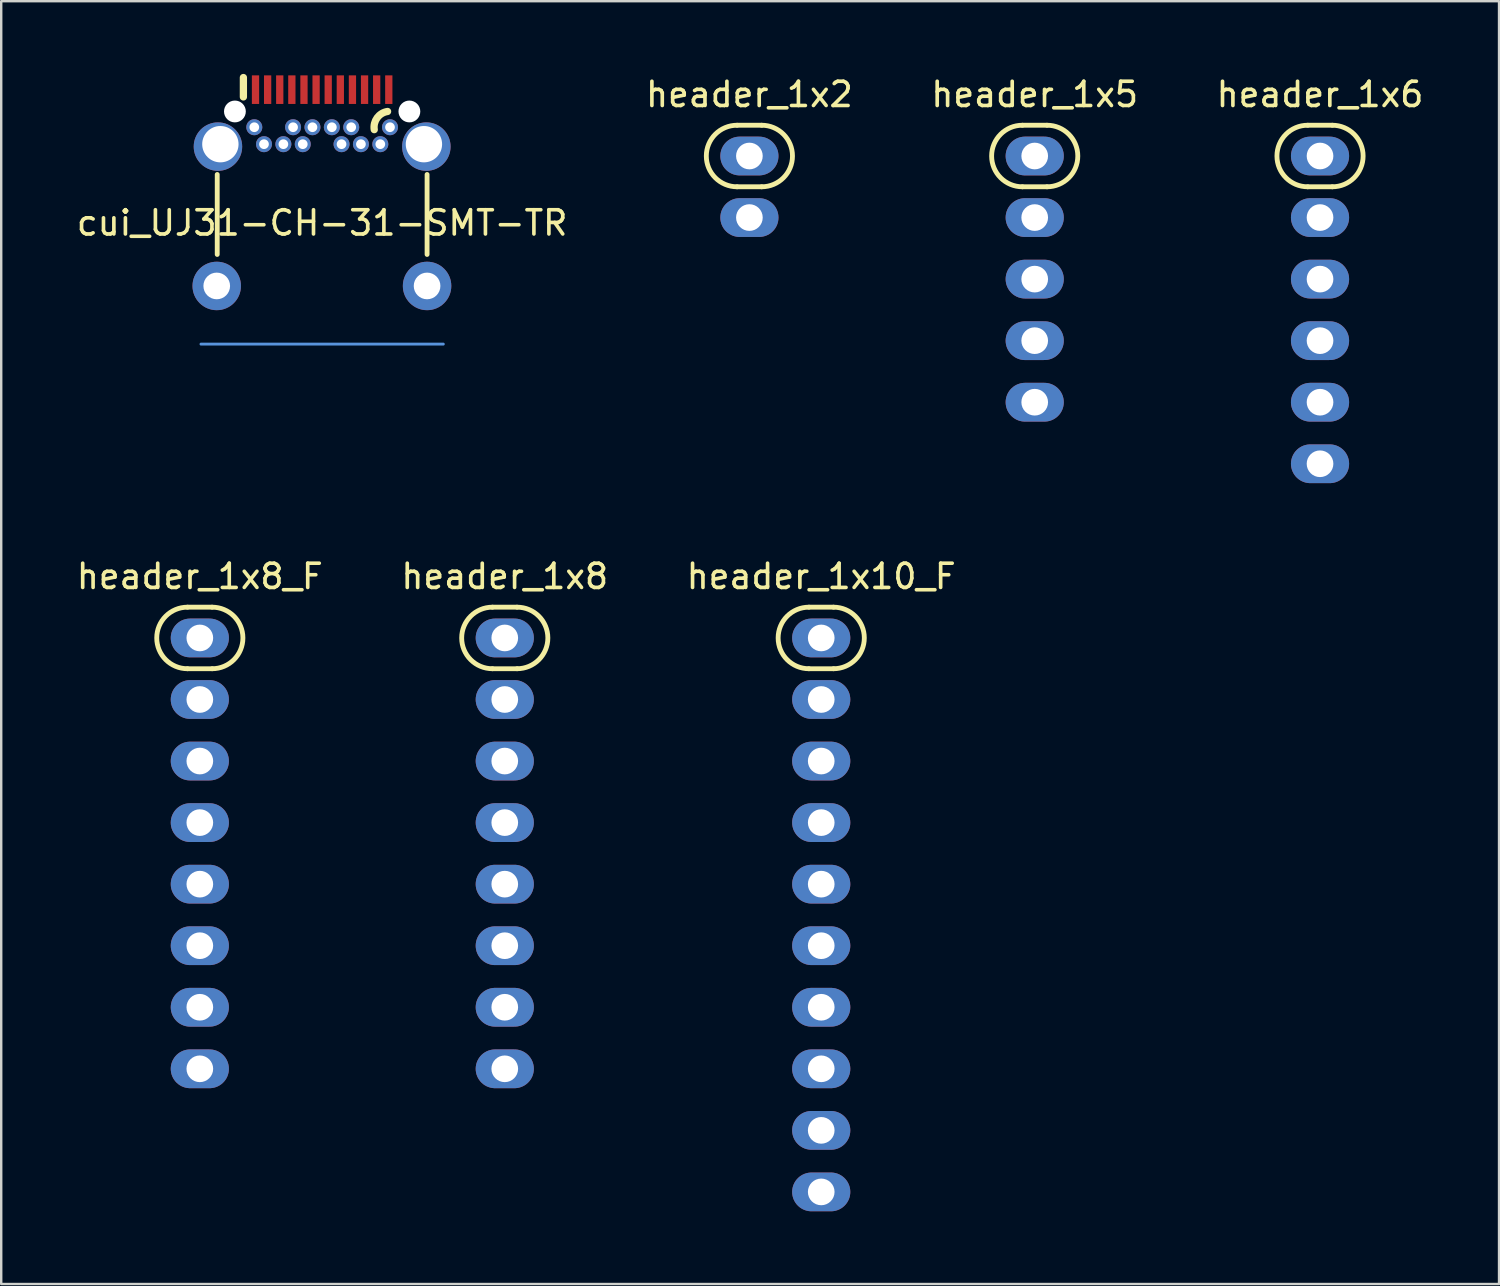
<source format=kicad_pcb>
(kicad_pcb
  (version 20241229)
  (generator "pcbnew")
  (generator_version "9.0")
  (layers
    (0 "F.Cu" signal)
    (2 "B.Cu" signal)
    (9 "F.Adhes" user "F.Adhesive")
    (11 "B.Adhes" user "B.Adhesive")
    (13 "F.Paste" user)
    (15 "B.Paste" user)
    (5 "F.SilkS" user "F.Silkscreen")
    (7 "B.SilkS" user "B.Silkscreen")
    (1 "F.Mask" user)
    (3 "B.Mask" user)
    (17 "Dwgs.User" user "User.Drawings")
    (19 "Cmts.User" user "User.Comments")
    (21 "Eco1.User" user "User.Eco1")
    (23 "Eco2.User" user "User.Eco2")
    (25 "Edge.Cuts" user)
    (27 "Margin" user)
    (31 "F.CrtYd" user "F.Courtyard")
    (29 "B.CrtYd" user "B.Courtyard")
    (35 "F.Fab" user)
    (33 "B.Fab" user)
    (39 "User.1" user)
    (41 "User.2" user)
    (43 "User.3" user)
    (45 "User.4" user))
  (footprint "header_1x8_F"
    (layer "F.Cu")
    (at 5.196 32.166)
    (property "Reference" "header_1x8_F" (at 0 -11.43 0) (layer "F.SilkS") (effects (font (size 1 1) (thickness 0.15))))
    (attr through_hole)
    (fp_line (start -0.508 -10.16) (end 0.508 -10.16) (stroke (width 0.2) (type solid)) (layer "F.SilkS"))
    (fp_line (start 0.508 -7.62) (end -0.508 -7.62) (stroke (width 0.2) (type solid)) (layer "F.SilkS"))
    (fp_arc (start -0.508 -7.62) (mid -1.778 -8.89) (end -0.508 -10.16) (stroke (width 0.2) (type solid)) (layer "F.SilkS"))
    (fp_arc (start 0.508 -10.16) (mid 1.778 -8.89) (end 0.508 -7.62) (stroke (width 0.2) (type solid)) (layer "F.SilkS"))
    (pad "1" thru_hole oval (at 0 -8.89) (size 2.4 1.6) (drill 1.1) (layers "*.Cu" "*.Mask"))
    (pad "2" thru_hole oval (at 0 -6.35) (size 2.4 1.6) (drill 1.1) (layers "*.Cu" "*.Mask"))
    (pad "3" thru_hole oval (at 0 -3.81) (size 2.4 1.6) (drill 1.1) (layers "*.Cu" "*.Mask"))
    (pad "4" thru_hole oval (at 0 -1.27) (size 2.4 1.6) (drill 1.1) (layers "*.Cu" "*.Mask"))
    (pad "5" thru_hole oval (at 0 1.27) (size 2.4 1.6) (drill 1.1) (layers "*.Cu" "*.Mask"))
    (pad "6" thru_hole oval (at 0 3.81) (size 2.4 1.6) (drill 1.1) (layers "*.Cu" "*.Mask"))
    (pad "7" thru_hole oval (at 0 6.35) (size 2.4 1.6) (drill 1.1) (layers "*.Cu" "*.Mask"))
    (pad "8" thru_hole oval (at 0 8.89) (size 2.4 1.6) (drill 1.1) (layers "*.Cu" "*.Mask")))
  (footprint "header_1x2"
    (layer "F.Cu")
    (at 27.875 4.658)
    (property "Reference" "header_1x2" (at 0 -3.81 0) (layer "F.SilkS") (effects (font (size 1 1) (thickness 0.15))))
    (attr through_hole)
    (fp_line (start -0.508 -2.54) (end 0.508 -2.54) (stroke (width 0.2) (type solid)) (layer "F.SilkS"))
    (fp_line (start 0.508 0) (end -0.508 0) (stroke (width 0.2) (type solid)) (layer "F.SilkS"))
    (fp_arc (start -0.508 0) (mid -1.778 -1.27) (end -0.508 -2.54) (stroke (width 0.2) (type solid)) (layer "F.SilkS"))
    (fp_arc (start 0.508 -2.54) (mid 1.778 -1.27) (end 0.508 0) (stroke (width 0.2) (type solid)) (layer "F.SilkS"))
    (pad "1" thru_hole oval (at 0 -1.27) (size 2.4 1.6) (drill 1.1) (layers "*.Cu" "*.Mask"))
    (pad "2" thru_hole oval (at 0 1.27) (size 2.4 1.6) (drill 1.1) (layers "*.Cu" "*.Mask")))
  (footprint "header_1x5"
    (layer "F.Cu")
    (at 39.649 8.468)
    (property "Reference" "header_1x5" (at 0 -7.62 0) (layer "F.SilkS") (effects (font (size 1 1) (thickness 0.15))))
    (attr through_hole)
    (fp_line (start -0.508 -6.35) (end 0.508 -6.35) (stroke (width 0.2) (type solid)) (layer "F.SilkS"))
    (fp_line (start 0.508 -3.81) (end -0.508 -3.81) (stroke (width 0.2) (type solid)) (layer "F.SilkS"))
    (fp_arc (start -0.508 -3.81) (mid -1.778 -5.08) (end -0.508 -6.35) (stroke (width 0.2) (type solid)) (layer "F.SilkS"))
    (fp_arc (start 0.508 -6.35) (mid 1.778 -5.08) (end 0.508 -3.81) (stroke (width 0.2) (type solid)) (layer "F.SilkS"))
    (pad "1" thru_hole oval (at 0 -5.08) (size 2.4 1.6) (drill 1.1) (layers "*.Cu" "*.Mask"))
    (pad "2" thru_hole oval (at 0 -2.54) (size 2.4 1.6) (drill 1.1) (layers "*.Cu" "*.Mask"))
    (pad "3" thru_hole oval (at 0 0) (size 2.4 1.6) (drill 1.1) (layers "*.Cu" "*.Mask"))
    (pad "4" thru_hole oval (at 0 2.54) (size 2.4 1.6) (drill 1.1) (layers "*.Cu" "*.Mask"))
    (pad "5" thru_hole oval (at 0 5.08) (size 2.4 1.6) (drill 1.1) (layers "*.Cu" "*.Mask")))
  (footprint "header_1x10_F"
    (layer "F.Cu")
    (at 30.839 34.706)
    (property "Reference" "header_1x10_F" (at 0 -13.97 0) (layer "F.SilkS") (effects (font (size 1 1) (thickness 0.15))))
    (attr through_hole)
    (fp_line (start -0.508 -12.7) (end 0.508 -12.7) (stroke (width 0.2) (type solid)) (layer "F.SilkS"))
    (fp_line (start 0.508 -10.16) (end -0.508 -10.16) (stroke (width 0.2) (type solid)) (layer "F.SilkS"))
    (fp_arc (start -0.508 -10.16) (mid -1.778 -11.43) (end -0.508 -12.7) (stroke (width 0.2) (type solid)) (layer "F.SilkS"))
    (fp_arc (start 0.508 -12.7) (mid 1.778 -11.43) (end 0.508 -10.16) (stroke (width 0.2) (type solid)) (layer "F.SilkS"))
    (pad "1" thru_hole oval (at 0 -11.43) (size 2.4 1.6) (drill 1.1) (layers "*.Cu" "*.Mask"))
    (pad "2" thru_hole oval (at 0 -8.89) (size 2.4 1.6) (drill 1.1) (layers "*.Cu" "*.Mask"))
    (pad "3" thru_hole oval (at 0 -6.35) (size 2.4 1.6) (drill 1.1) (layers "*.Cu" "*.Mask"))
    (pad "4" thru_hole oval (at 0 -3.81) (size 2.4 1.6) (drill 1.1) (layers "*.Cu" "*.Mask"))
    (pad "5" thru_hole oval (at 0 -1.27) (size 2.4 1.6) (drill 1.1) (layers "*.Cu" "*.Mask"))
    (pad "6" thru_hole oval (at 0 1.27) (size 2.4 1.6) (drill 1.1) (layers "*.Cu" "*.Mask"))
    (pad "7" thru_hole oval (at 0 3.81) (size 2.4 1.6) (drill 1.1) (layers "*.Cu" "*.Mask"))
    (pad "8" thru_hole oval (at 0 6.35) (size 2.4 1.6) (drill 1.1) (layers "*.Cu" "*.Mask"))
    (pad "9" thru_hole oval (at 0 8.89) (size 2.4 1.6) (drill 1.1) (layers "*.Cu" "*.Mask"))
    (pad "10" thru_hole oval (at 0 11.43) (size 2.4 1.6) (drill 1.1) (layers "*.Cu" "*.Mask")))
  (footprint "header_1x6"
    (layer "F.Cu")
    (at 51.423 9.738)
    (property "Reference" "header_1x6" (at 0 -8.89 0) (layer "F.SilkS") (effects (font (size 1 1) (thickness 0.15))))
    (attr through_hole)
    (fp_line (start -0.508 -7.62) (end 0.508 -7.62) (stroke (width 0.2) (type solid)) (layer "F.SilkS"))
    (fp_line (start 0.508 -5.08) (end -0.508 -5.08) (stroke (width 0.2) (type solid)) (layer "F.SilkS"))
    (fp_arc (start -0.508 -5.08) (mid -1.778 -6.35) (end -0.508 -7.62) (stroke (width 0.2) (type solid)) (layer "F.SilkS"))
    (fp_arc (start 0.508 -7.62) (mid 1.778 -6.35) (end 0.508 -5.08) (stroke (width 0.2) (type solid)) (layer "F.SilkS"))
    (pad "1" thru_hole oval (at 0 -6.35) (size 2.4 1.6) (drill 1.1) (layers "*.Cu" "*.Mask"))
    (pad "2" thru_hole oval (at 0 -3.81) (size 2.4 1.6) (drill 1.1) (layers "*.Cu" "*.Mask"))
    (pad "3" thru_hole oval (at 0 -1.27) (size 2.4 1.6) (drill 1.1) (layers "*.Cu" "*.Mask"))
    (pad "4" thru_hole oval (at 0 1.27) (size 2.4 1.6) (drill 1.1) (layers "*.Cu" "*.Mask"))
    (pad "5" thru_hole oval (at 0 3.81) (size 2.4 1.6) (drill 1.1) (layers "*.Cu" "*.Mask"))
    (pad "6" thru_hole oval (at 0 6.35) (size 2.4 1.6) (drill 1.1) (layers "*.Cu" "*.Mask")))
  (footprint "cui_UJ31-CH-31-SMT-TR"
    (layer "F.Cu")
    (at 10.244 11.15)
    (property "Reference" "cui_UJ31-CH-31-SMT-TR" (at 0 -5 0) (layer "F.SilkS") (effects (font (size 1 1) (thickness 0.15))))
    (attr through_hole)
    (fp_line (start -4.33 -7) (end -4.33 -3.7) (stroke (width 0.2) (type solid)) (layer "F.SilkS"))
    (fp_line (start -3.25 -11) (end -3.25 -10.2) (stroke (width 0.3) (type solid)) (layer "F.SilkS"))
    (fp_line (start 4.33 -7) (end 4.33 -3.7) (stroke (width 0.2) (type solid)) (layer "F.SilkS"))
    (fp_arc (start 2.15 -8.85) (mid 2.26967 -9.338909) (end 2.7 -9.6) (stroke (width 0.3) (type solid)) (layer "F.SilkS"))
    (fp_line (start -5 0) (end 5 0) (stroke (width 0.12) (type solid)) (layer "Cmts.User"))
    (pad "" np_thru_hole circle (at -3.6 -9.6) (size 0.9 0.9) (drill 0.9) (layers "*.Cu" "*.Mask"))
    (pad "" np_thru_hole circle (at 3.6 -9.6) (size 0.9 0.9) (drill 0.9) (layers "*.Cu" "*.Mask"))
    (pad "A1" smd rect (at -2.75 -10.5) (size 0.3 1.18) (layers "F.Cu" "F.Mask" "F.Paste"))
    (pad "A2" smd rect (at -2.25 -10.5) (size 0.3 1.18) (layers "F.Cu" "F.Mask" "F.Paste"))
    (pad "A3" smd rect (at -1.75 -10.5) (size 0.3 1.18) (layers "F.Cu" "F.Mask" "F.Paste"))
    (pad "A4" smd rect (at -1.25 -10.5) (size 0.3 1.18) (layers "F.Cu" "F.Mask" "F.Paste"))
    (pad "A5" smd rect (at -0.75 -10.5) (size 0.3 1.18) (layers "F.Cu" "F.Mask" "F.Paste"))
    (pad "A6" smd rect (at -0.25 -10.5) (size 0.3 1.18) (layers "F.Cu" "F.Mask" "F.Paste"))
    (pad "A7" smd rect (at 0.25 -10.5) (size 0.3 1.18) (layers "F.Cu" "F.Mask" "F.Paste"))
    (pad "A8" smd rect (at 0.75 -10.5) (size 0.3 1.18) (layers "F.Cu" "F.Mask" "F.Paste"))
    (pad "A9" smd rect (at 1.25 -10.5) (size 0.3 1.18) (layers "F.Cu" "F.Mask" "F.Paste"))
    (pad "A10" smd rect (at 1.75 -10.5) (size 0.3 1.18) (layers "F.Cu" "F.Mask" "F.Paste"))
    (pad "A11" smd rect (at 2.25 -10.5) (size 0.3 1.18) (layers "F.Cu" "F.Mask" "F.Paste"))
    (pad "A12" smd rect (at 2.75 -10.5) (size 0.3 1.18) (layers "F.Cu" "F.Mask" "F.Paste"))
    (pad "B1" thru_hole circle (at 2.8 -8.95) (size 0.66 0.66) (drill 0.4) (layers "*.Cu" "*.Mask"))
    (pad "B2" thru_hole circle (at 2.4 -8.25) (size 0.66 0.66) (drill 0.4) (layers "*.Cu" "*.Mask"))
    (pad "B3" thru_hole circle (at 1.6 -8.25) (size 0.66 0.66) (drill 0.4) (layers "*.Cu" "*.Mask"))
    (pad "B4" thru_hole circle (at 1.2 -8.95) (size 0.66 0.66) (drill 0.4) (layers "*.Cu" "*.Mask"))
    (pad "B5" thru_hole circle (at 0.8 -8.25) (size 0.66 0.66) (drill 0.4) (layers "*.Cu" "*.Mask"))
    (pad "B6" thru_hole circle (at 0.4 -8.95) (size 0.66 0.66) (drill 0.4) (layers "*.Cu" "*.Mask"))
    (pad "B7" thru_hole circle (at -0.4 -8.95) (size 0.66 0.66) (drill 0.4) (layers "*.Cu" "*.Mask"))
    (pad "B8" thru_hole circle (at -0.8 -8.25) (size 0.66 0.66) (drill 0.4) (layers "*.Cu" "*.Mask"))
    (pad "B9" thru_hole circle (at -1.2 -8.95) (size 0.66 0.66) (drill 0.4) (layers "*.Cu" "*.Mask"))
    (pad "B10" thru_hole circle (at -1.6 -8.25) (size 0.66 0.66) (drill 0.4) (layers "*.Cu" "*.Mask"))
    (pad "B11" thru_hole circle (at -2.4 -8.25) (size 0.66 0.66) (drill 0.4) (layers "*.Cu" "*.Mask"))
    (pad "B12" thru_hole circle (at -2.8 -8.95) (size 0.66 0.66) (drill 0.4) (layers "*.Cu" "*.Mask"))
    (pad "S" thru_hole oval (at -4.35 -2.4) (size 2 2) (drill 1.1) (layers "*.Cu" "*.Mask"))
    (pad "S" thru_hole oval (at -4.2 -8.25) (size 2 2) (drill 1.5 (offset -0.1 0.1)) (layers "*.Cu" "*.Mask"))
    (pad "S" thru_hole oval (at 4.2 -8.25) (size 2 2) (drill 1.5 (offset 0.1 0.1)) (layers "*.Cu" "*.Mask"))
    (pad "S" thru_hole oval (at 4.33 -2.4) (size 2 2) (drill 1.1) (layers "*.Cu" "*.Mask")))
  (footprint "header_1x8"
    (layer "F.Cu")
    (at 17.78 32.166)
    (property "Reference" "header_1x8" (at 0 -11.43 0) (layer "F.SilkS") (effects (font (size 1 1) (thickness 0.15))))
    (attr through_hole)
    (fp_line (start -0.508 -10.16) (end 0.508 -10.16) (stroke (width 0.2) (type solid)) (layer "F.SilkS"))
    (fp_line (start 0.508 -7.62) (end -0.508 -7.62) (stroke (width 0.2) (type solid)) (layer "F.SilkS"))
    (fp_arc (start -0.508 -7.62) (mid -1.778 -8.89) (end -0.508 -10.16) (stroke (width 0.2) (type solid)) (layer "F.SilkS"))
    (fp_arc (start 0.508 -10.16) (mid 1.778 -8.89) (end 0.508 -7.62) (stroke (width 0.2) (type solid)) (layer "F.SilkS"))
    (pad "1" thru_hole oval (at 0 -8.89) (size 2.4 1.6) (drill 1.1) (layers "*.Cu" "*.Mask"))
    (pad "2" thru_hole oval (at 0 -6.35) (size 2.4 1.6) (drill 1.1) (layers "*.Cu" "*.Mask"))
    (pad "3" thru_hole oval (at 0 -3.81) (size 2.4 1.6) (drill 1.1) (layers "*.Cu" "*.Mask"))
    (pad "4" thru_hole oval (at 0 -1.27) (size 2.4 1.6) (drill 1.1) (layers "*.Cu" "*.Mask"))
    (pad "5" thru_hole oval (at 0 1.27) (size 2.4 1.6) (drill 1.1) (layers "*.Cu" "*.Mask"))
    (pad "6" thru_hole oval (at 0 3.81) (size 2.4 1.6) (drill 1.1) (layers "*.Cu" "*.Mask"))
    (pad "7" thru_hole oval (at 0 6.35) (size 2.4 1.6) (drill 1.1) (layers "*.Cu" "*.Mask"))
    (pad "8" thru_hole oval (at 0 8.89) (size 2.4 1.6) (drill 1.1) (layers "*.Cu" "*.Mask")))
  (gr_rect
    (start -3 -3)
    (end 58.81 49.937)
    (stroke (width 0.1) (type default))
    (fill no)
    (layer "Edge.Cuts")))
</source>
